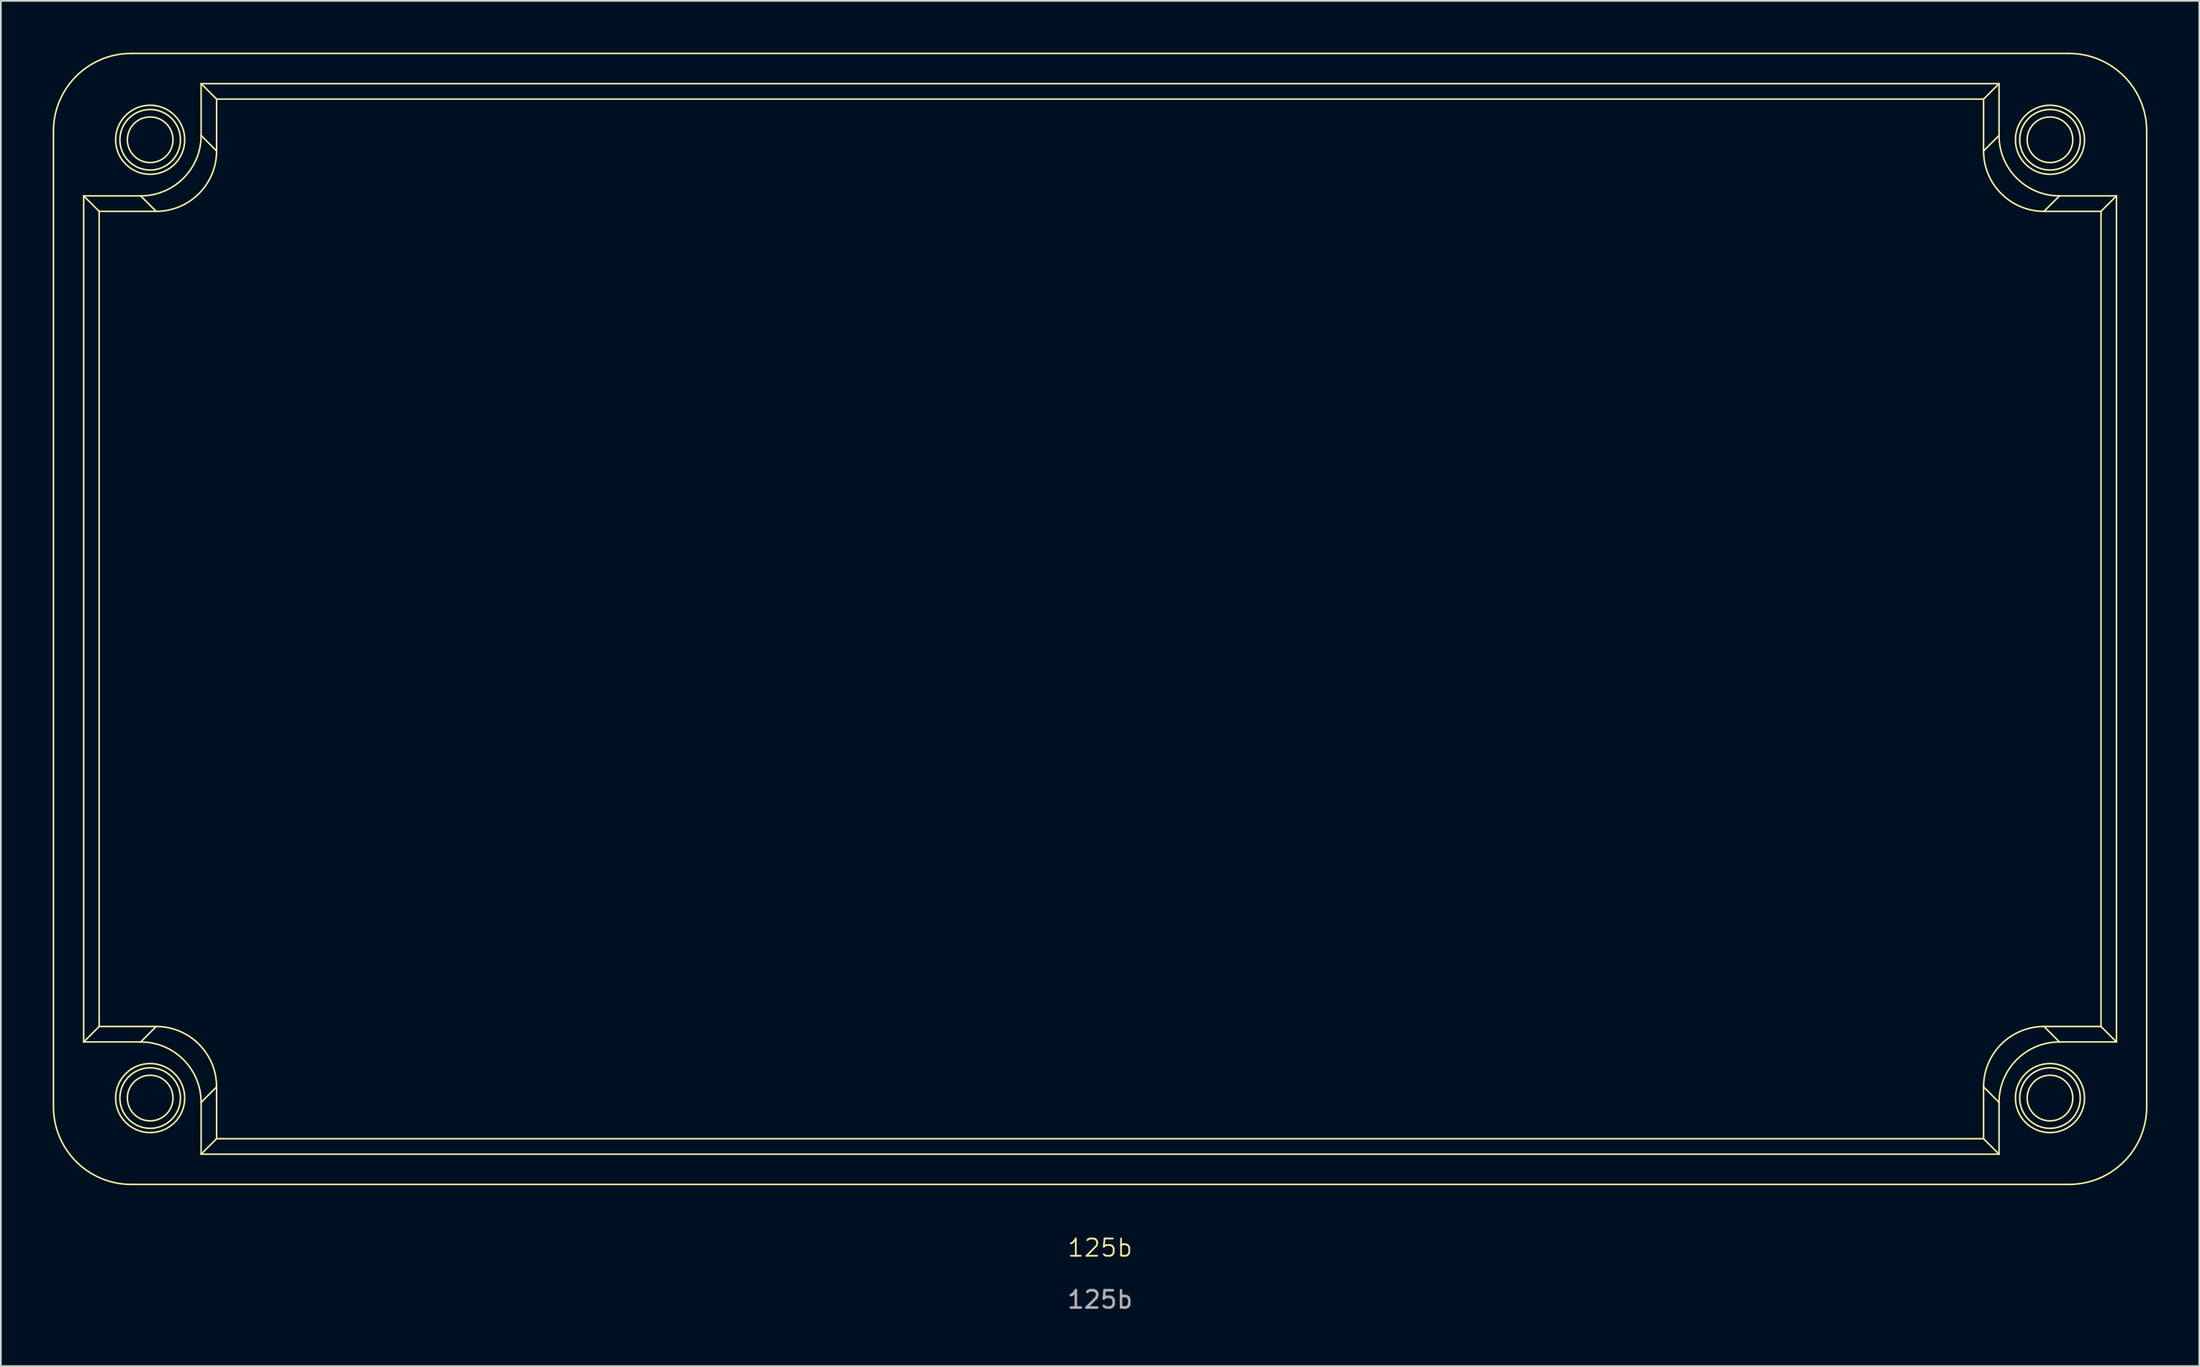
<source format=kicad_pcb>
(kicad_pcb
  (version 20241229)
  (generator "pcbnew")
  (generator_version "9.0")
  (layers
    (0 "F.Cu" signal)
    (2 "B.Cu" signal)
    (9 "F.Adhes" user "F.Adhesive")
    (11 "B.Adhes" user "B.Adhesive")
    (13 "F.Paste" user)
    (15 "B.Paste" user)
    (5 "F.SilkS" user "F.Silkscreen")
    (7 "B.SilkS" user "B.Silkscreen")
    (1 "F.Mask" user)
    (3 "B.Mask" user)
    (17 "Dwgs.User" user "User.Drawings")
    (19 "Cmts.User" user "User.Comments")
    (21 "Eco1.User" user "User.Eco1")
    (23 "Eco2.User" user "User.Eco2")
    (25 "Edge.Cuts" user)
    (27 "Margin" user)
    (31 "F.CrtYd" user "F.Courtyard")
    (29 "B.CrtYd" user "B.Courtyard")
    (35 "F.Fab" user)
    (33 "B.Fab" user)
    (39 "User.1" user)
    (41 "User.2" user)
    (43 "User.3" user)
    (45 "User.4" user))
  (footprint "125b"
    (layer "F.Cu")
    (at 60.645 31.72)
    (property "Reference" "125b" (at 0 37.5 0) (unlocked yes) (layer "F.SilkS") (effects (font (size 1 1) (thickness 0.1))))
    (fp_line (start -60.6 29.326) (end -60.6 -27.177) (stroke (width 0.09) (type solid)) (layer "F.SilkS"))
    (fp_line (start -58.85 -23.425) (end -57.954 -22.53) (stroke (width 0.09) (type solid)) (layer "F.SilkS"))
    (fp_line (start -58.85 -23.425) (end -55.549 -23.425) (stroke (width 0.09) (type solid)) (layer "F.SilkS"))
    (fp_line (start -58.85 25.575) (end -58.85 -23.425) (stroke (width 0.09) (type solid)) (layer "F.SilkS"))
    (fp_line (start -58.85 25.575) (end -57.954 24.679) (stroke (width 0.09) (type solid)) (layer "F.SilkS"))
    (fp_line (start -57.954 -22.53) (end -57.954 24.679) (stroke (width 0.09) (type solid)) (layer "F.SilkS"))
    (fp_line (start -57.954 24.679) (end -54.653 24.679) (stroke (width 0.09) (type solid)) (layer "F.SilkS"))
    (fp_line (start -56.102 -31.675) (end 56.102 -31.675) (stroke (width 0.09) (type solid)) (layer "F.SilkS"))
    (fp_line (start -55.549 -23.425) (end -54.653 -22.53) (stroke (width 0.09) (type solid)) (layer "F.SilkS"))
    (fp_line (start -55.549 25.575) (end -58.85 25.575) (stroke (width 0.09) (type solid)) (layer "F.SilkS"))
    (fp_line (start -54.653 -22.53) (end -57.954 -22.53) (stroke (width 0.09) (type solid)) (layer "F.SilkS"))
    (fp_line (start -54.653 24.679) (end -55.549 25.575) (stroke (width 0.09) (type solid)) (layer "F.SilkS"))
    (fp_line (start -52.05 -29.925) (end -51.154 -29.03) (stroke (width 0.09) (type solid)) (layer "F.SilkS"))
    (fp_line (start -52.05 -29.925) (end 52.05 -29.925) (stroke (width 0.09) (type solid)) (layer "F.SilkS"))
    (fp_line (start -52.05 -26.924) (end -52.05 -29.925) (stroke (width 0.09) (type solid)) (layer "F.SilkS"))
    (fp_line (start -52.05 29.074) (end -51.154 28.178) (stroke (width 0.09) (type solid)) (layer "F.SilkS"))
    (fp_line (start -52.05 32.075) (end -52.05 29.074) (stroke (width 0.09) (type solid)) (layer "F.SilkS"))
    (fp_line (start -52.05 32.075) (end -51.154 31.179) (stroke (width 0.09) (type solid)) (layer "F.SilkS"))
    (fp_line (start -51.154 -29.03) (end -51.154 -26.028) (stroke (width 0.09) (type solid)) (layer "F.SilkS"))
    (fp_line (start -51.154 -26.028) (end -52.05 -26.924) (stroke (width 0.09) (type solid)) (layer "F.SilkS"))
    (fp_line (start -51.154 28.178) (end -51.154 31.179) (stroke (width 0.09) (type solid)) (layer "F.SilkS"))
    (fp_line (start -51.154 31.179) (end 51.154 31.179) (stroke (width 0.09) (type solid)) (layer "F.SilkS"))
    (fp_line (start 51.154 -29.03) (end -51.154 -29.03) (stroke (width 0.09) (type solid)) (layer "F.SilkS"))
    (fp_line (start 51.154 -26.028) (end 51.154 -29.03) (stroke (width 0.09) (type solid)) (layer "F.SilkS"))
    (fp_line (start 51.154 28.178) (end 52.05 29.074) (stroke (width 0.09) (type solid)) (layer "F.SilkS"))
    (fp_line (start 51.154 31.179) (end 51.154 28.178) (stroke (width 0.09) (type solid)) (layer "F.SilkS"))
    (fp_line (start 52.05 -29.925) (end 51.154 -29.03) (stroke (width 0.09) (type solid)) (layer "F.SilkS"))
    (fp_line (start 52.05 -29.925) (end 52.05 -26.924) (stroke (width 0.09) (type solid)) (layer "F.SilkS"))
    (fp_line (start 52.05 -26.924) (end 51.154 -26.028) (stroke (width 0.09) (type solid)) (layer "F.SilkS"))
    (fp_line (start 52.05 29.074) (end 52.05 32.075) (stroke (width 0.09) (type solid)) (layer "F.SilkS"))
    (fp_line (start 52.05 32.075) (end -52.05 32.075) (stroke (width 0.09) (type solid)) (layer "F.SilkS"))
    (fp_line (start 52.05 32.075) (end 51.154 31.179) (stroke (width 0.09) (type solid)) (layer "F.SilkS"))
    (fp_line (start 54.653 -22.53) (end 55.549 -23.425) (stroke (width 0.09) (type solid)) (layer "F.SilkS"))
    (fp_line (start 54.653 24.679) (end 57.954 24.679) (stroke (width 0.09) (type solid)) (layer "F.SilkS"))
    (fp_line (start 55.549 -23.425) (end 58.85 -23.425) (stroke (width 0.09) (type solid)) (layer "F.SilkS"))
    (fp_line (start 55.549 25.575) (end 54.653 24.679) (stroke (width 0.09) (type solid)) (layer "F.SilkS"))
    (fp_line (start 56.102 33.825) (end -56.102 33.825) (stroke (width 0.09) (type solid)) (layer "F.SilkS"))
    (fp_line (start 57.954 -22.53) (end 54.653 -22.53) (stroke (width 0.09) (type solid)) (layer "F.SilkS"))
    (fp_line (start 57.954 24.679) (end 57.954 -22.53) (stroke (width 0.09) (type solid)) (layer "F.SilkS"))
    (fp_line (start 58.85 -23.425) (end 57.954 -22.53) (stroke (width 0.09) (type solid)) (layer "F.SilkS"))
    (fp_line (start 58.85 -23.425) (end 58.85 25.575) (stroke (width 0.09) (type solid)) (layer "F.SilkS"))
    (fp_line (start 58.85 25.575) (end 55.549 25.575) (stroke (width 0.09) (type solid)) (layer "F.SilkS"))
    (fp_line (start 58.85 25.575) (end 57.954 24.679) (stroke (width 0.09) (type solid)) (layer "F.SilkS"))
    (fp_line (start 60.6 -27.177) (end 60.6 29.326) (stroke (width 0.09) (type solid)) (layer "F.SilkS"))
    (fp_circle (center -55 -26.675) (end -53.679 -26.675) (stroke (width 0.09) (type solid)) (fill no) (layer "F.SilkS"))
    (fp_circle (center -55 -26.675) (end -53.247 -26.675) (stroke (width 0.09) (type solid)) (fill no) (layer "F.SilkS"))
    (fp_circle (center -55 -26.675) (end -53 -26.675) (stroke (width 0.09) (type solid)) (fill no) (layer "F.SilkS"))
    (fp_circle (center -55 28.825) (end -53.679 28.825) (stroke (width 0.09) (type solid)) (fill no) (layer "F.SilkS"))
    (fp_circle (center -55 28.825) (end -53.247 28.825) (stroke (width 0.09) (type solid)) (fill no) (layer "F.SilkS"))
    (fp_circle (center -55 28.825) (end -53 28.825) (stroke (width 0.09) (type solid)) (fill no) (layer "F.SilkS"))
    (fp_circle (center 55 -26.675) (end 56.321 -26.675) (stroke (width 0.09) (type solid)) (fill no) (layer "F.SilkS"))
    (fp_circle (center 55 -26.675) (end 56.753 -26.675) (stroke (width 0.09) (type solid)) (fill no) (layer "F.SilkS"))
    (fp_circle (center 55 -26.675) (end 57 -26.675) (stroke (width 0.09) (type solid)) (fill no) (layer "F.SilkS"))
    (fp_circle (center 55 28.825) (end 56.321 28.825) (stroke (width 0.09) (type solid)) (fill no) (layer "F.SilkS"))
    (fp_circle (center 55 28.825) (end 56.753 28.825) (stroke (width 0.09) (type solid)) (fill no) (layer "F.SilkS"))
    (fp_circle (center 55 28.825) (end 57 28.825) (stroke (width 0.09) (type solid)) (fill no) (layer "F.SilkS"))
    (fp_curve (pts (xy -60.6 29.326) (xy -60.6 31.811) (xy -58.586 33.825) (xy -56.102 33.825)) (stroke (width 0.09) (type solid)) (layer "F.SilkS"))
    (fp_curve (pts (xy -56.102 -31.675) (xy -58.586 -31.675) (xy -60.6 -29.662) (xy -60.6 -27.177)) (stroke (width 0.09) (type solid)) (layer "F.SilkS"))
    (fp_curve (pts (xy -55.549 -23.425) (xy -53.616 -23.425) (xy -52.05 -24.991) (xy -52.05 -26.924)) (stroke (width 0.09) (type solid)) (layer "F.SilkS"))
    (fp_curve (pts (xy -54.653 -22.53) (xy -52.721 -22.53) (xy -51.154 -24.096) (xy -51.154 -26.028)) (stroke (width 0.09) (type solid)) (layer "F.SilkS"))
    (fp_curve (pts (xy -52.05 29.074) (xy -52.05 27.141) (xy -53.616 25.575) (xy -55.549 25.575)) (stroke (width 0.09) (type solid)) (layer "F.SilkS"))
    (fp_curve (pts (xy -51.154 28.178) (xy -51.154 26.245) (xy -52.721 24.679) (xy -54.653 24.679)) (stroke (width 0.09) (type solid)) (layer "F.SilkS"))
    (fp_curve (pts (xy 51.154 -26.028) (xy 51.154 -24.096) (xy 52.721 -22.53) (xy 54.653 -22.53)) (stroke (width 0.09) (type solid)) (layer "F.SilkS"))
    (fp_curve (pts (xy 52.05 -26.924) (xy 52.05 -24.991) (xy 53.616 -23.425) (xy 55.549 -23.425)) (stroke (width 0.09) (type solid)) (layer "F.SilkS"))
    (fp_curve (pts (xy 54.653 24.679) (xy 52.721 24.679) (xy 51.154 26.245) (xy 51.154 28.178)) (stroke (width 0.09) (type solid)) (layer "F.SilkS"))
    (fp_curve (pts (xy 55.549 25.575) (xy 53.616 25.575) (xy 52.05 27.141) (xy 52.05 29.074)) (stroke (width 0.09) (type solid)) (layer "F.SilkS"))
    (fp_curve (pts (xy 56.102 33.825) (xy 58.586 33.825) (xy 60.6 31.811) (xy 60.6 29.326)) (stroke (width 0.09) (type solid)) (layer "F.SilkS"))
    (fp_curve (pts (xy 60.6 -27.177) (xy 60.6 -29.662) (xy 58.586 -31.675) (xy 56.102 -31.675)) (stroke (width 0.09) (type solid)) (layer "F.SilkS"))
    (fp_text user "${REFERENCE}" (at 0 40.5 0) (unlocked yes) (layer "F.Fab") (effects (font (size 1 1) (thickness 0.15)))))
  (gr_rect
    (start -3 -3)
    (end 124.29 76.068)
    (stroke (width 0.1) (type default))
    (fill no)
    (layer "Edge.Cuts")))
</source>
